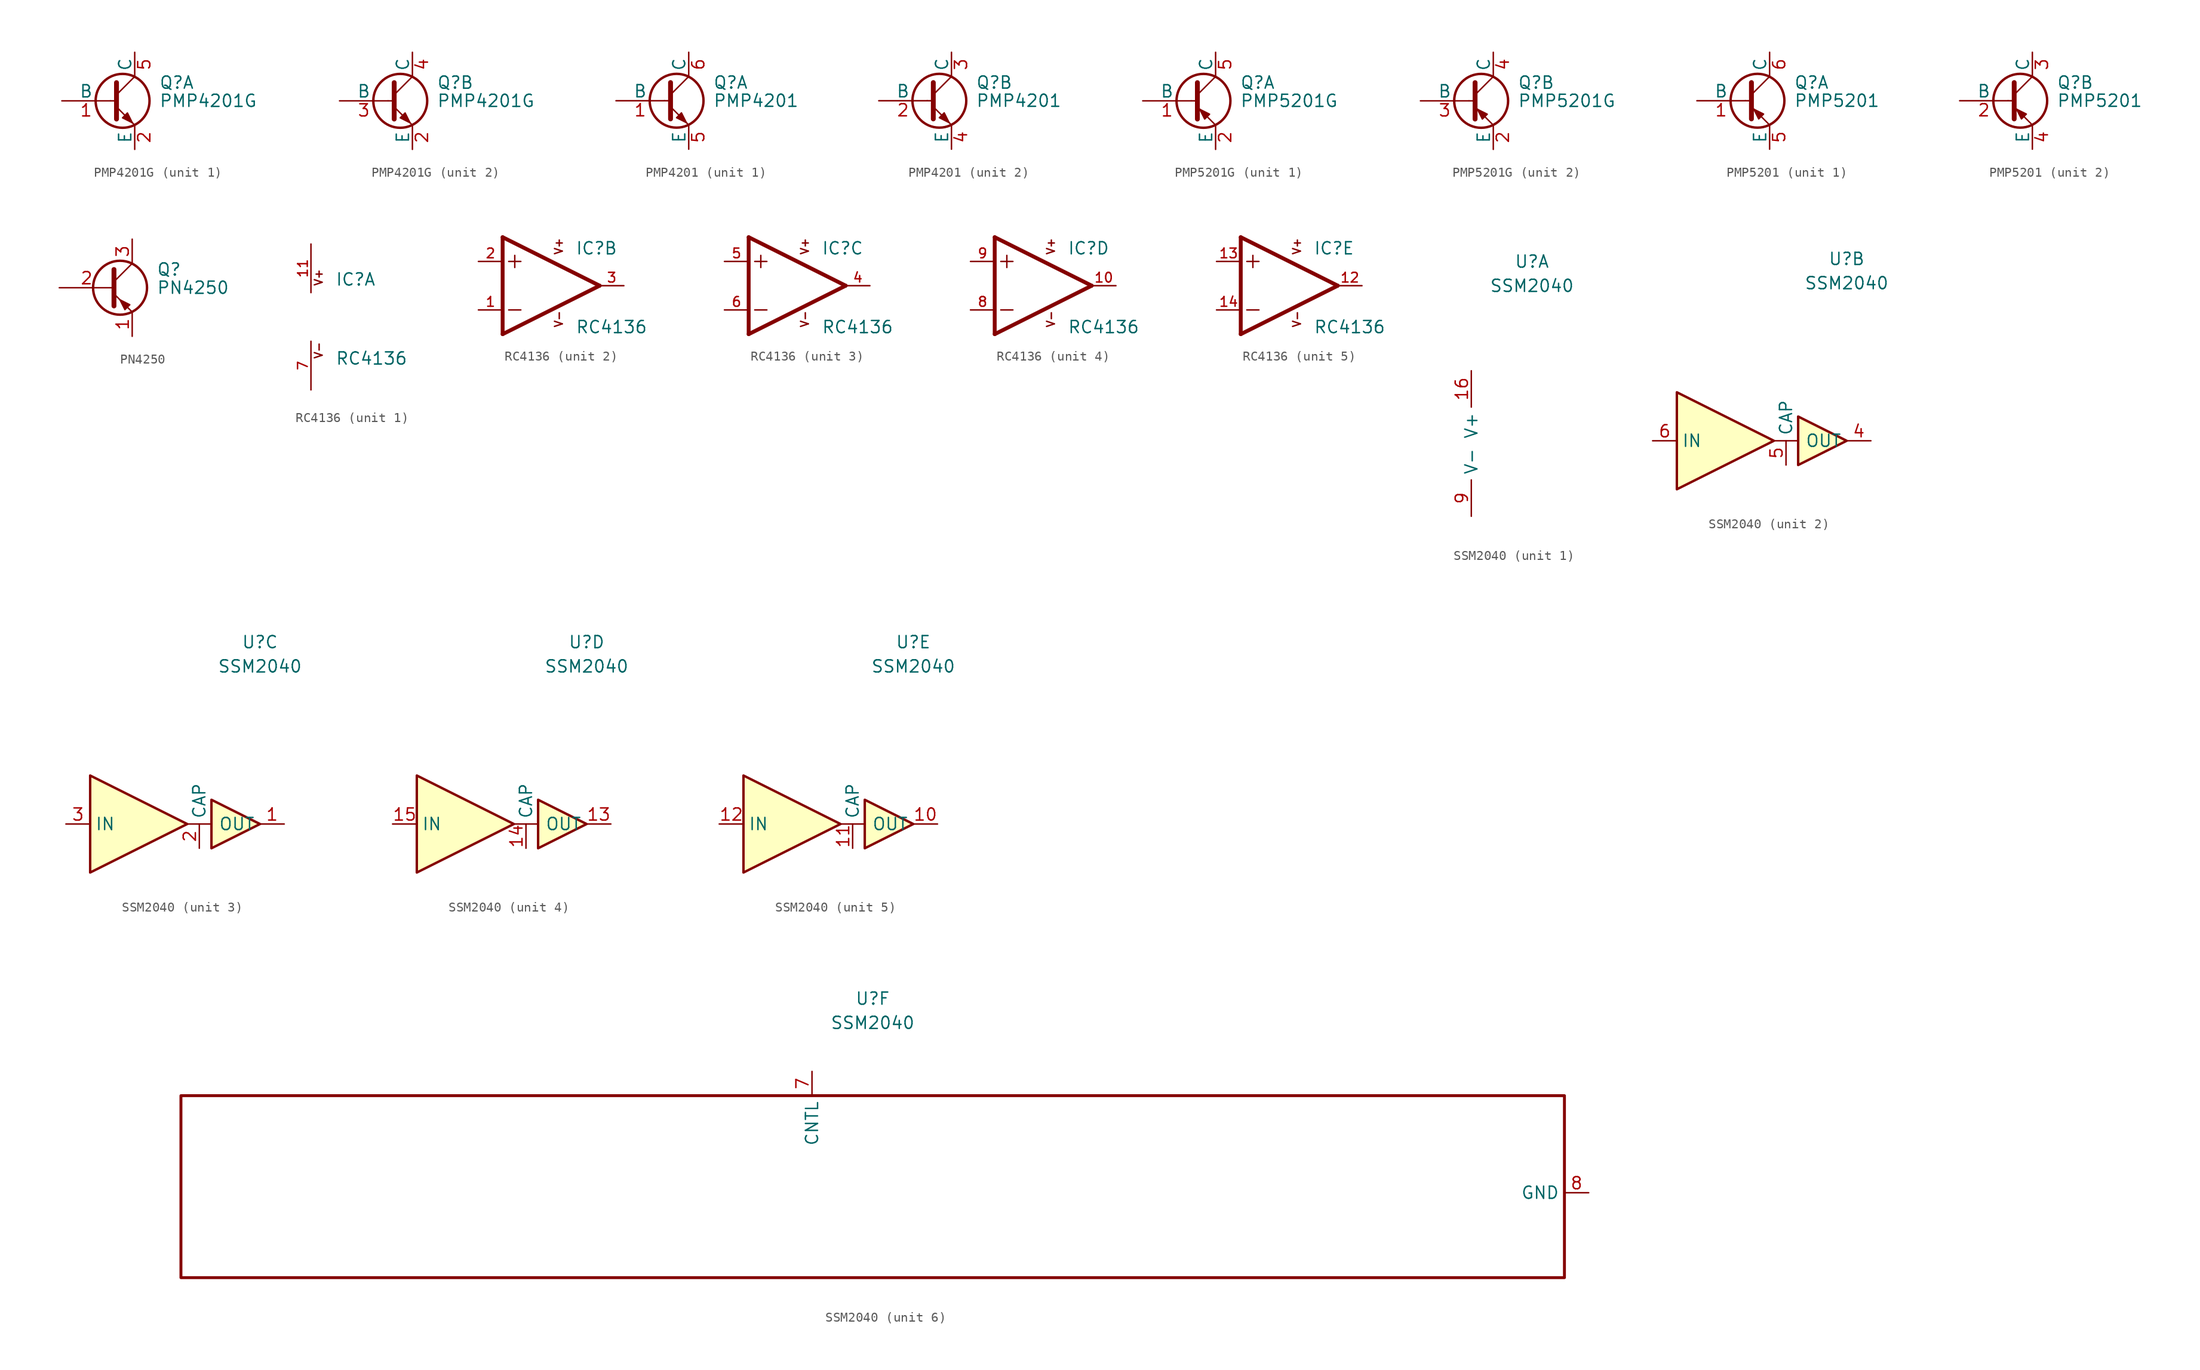
<source format=kicad_sym>
(kicad_symbol_lib
  (version 20211014)
  (generator kicad_symbol_editor)
  (symbol "PMP4201G"
    (pin_names
      (offset 0))
    (property "Reference" "Q"
      (at 5.08 1.905 0)
      (effects (font (size 1.27 1.27)) (justify left)))
    (property "Value" "PMP4201G"
      (at 5.08 0 0)
      (effects (font (size 1.27 1.27)) (justify left)))
    (property "Datasheet" ""
      (at 0 0 0)
      (effects (font (size 1.27 1.27)) (justify left)))
    (symbol "PMP4201G_0_1"
      (polyline (pts (xy 0 0) (xy 0.635 0)) (stroke (width 0) (type default) (color 0 0 0 0)) (fill (type none)))
      (polyline (pts (xy 0.635 0.635) (xy 2.54 2.54)) (stroke (width 0) (type default) (color 0 0 0 0)) (fill (type none)))
      (polyline (pts (xy 0.635 -0.635) (xy 2.54 -2.54) (xy 2.54 -2.54)) (stroke (width 0) (type default) (color 0 0 0 0)) (fill (type none)))
      (polyline (pts (xy 0.635 1.905) (xy 0.635 -1.905) (xy 0.635 -1.905)) (stroke (width 0.508) (type default) (color 0 0 0 0)) (fill (type none)))
      (polyline (pts (xy 1.27 -1.778) (xy 1.778 -1.27) (xy 2.286 -2.286) (xy 1.27 -1.778) (xy 1.27 -1.778)) (stroke (width 0) (type default) (color 0 0 0 0)) (fill (type outline)))
      (circle (center 1.27 0) (radius 2.819) (stroke (width 0.254) (type default) (color 0 0 0 0)) (fill (type none))))
    (symbol "PMP4201G_1_1"
      (pin input line (at -5.08 0 0) (length 5.08) (name "B" (effects (font (size 1.27 1.27)))) (number "1" (effects (font (size 1.27 1.27)))))
      (pin passive line (at 2.54 -5.08 90) (length 2.54) (name "E" (effects (font (size 1.27 1.27)))) (number "2" (effects (font (size 1.27 1.27)))))
      (pin passive line (at 2.54 5.08 270) (length 2.54) (name "C" (effects (font (size 1.27 1.27)))) (number "5" (effects (font (size 1.27 1.27))))))
    (symbol "PMP4201G_2_1"
      (pin passive line (at 2.54 -5.08 90) (length 2.54) (name "E" (effects (font (size 1.27 1.27)))) (number "2" (effects (font (size 1.27 1.27)))))
      (pin input line (at -5.08 0 0) (length 5.08) (name "B" (effects (font (size 1.27 1.27)))) (number "3" (effects (font (size 1.27 1.27)))))
      (pin passive line (at 2.54 5.08 270) (length 2.54) (name "C" (effects (font (size 1.27 1.27)))) (number "4" (effects (font (size 1.27 1.27)))))))
  (symbol "PMP4201"
    (pin_names
      (offset 0))
    (property "Reference" "Q"
      (at 5.08 1.905 0)
      (effects (font (size 1.27 1.27)) (justify left)))
    (property "Value" "PMP4201"
      (at 5.08 0 0)
      (effects (font (size 1.27 1.27)) (justify left)))
    (property "Datasheet" ""
      (at 0 0 0)
      (effects (font (size 1.27 1.27)) (justify left)))
    (symbol "PMP4201_0_1"
      (polyline (pts (xy 0 0) (xy 0.635 0)) (stroke (width 0) (type default) (color 0 0 0 0)) (fill (type none)))
      (polyline (pts (xy 0.635 0.635) (xy 2.54 2.54)) (stroke (width 0) (type default) (color 0 0 0 0)) (fill (type none)))
      (polyline (pts (xy 0.635 -0.635) (xy 2.54 -2.54) (xy 2.54 -2.54)) (stroke (width 0) (type default) (color 0 0 0 0)) (fill (type none)))
      (polyline (pts (xy 0.635 1.905) (xy 0.635 -1.905) (xy 0.635 -1.905)) (stroke (width 0.508) (type default) (color 0 0 0 0)) (fill (type none)))
      (polyline (pts (xy 1.27 -1.778) (xy 1.778 -1.27) (xy 2.286 -2.286) (xy 1.27 -1.778) (xy 1.27 -1.778)) (stroke (width 0) (type default) (color 0 0 0 0)) (fill (type outline)))
      (circle (center 1.27 0) (radius 2.819) (stroke (width 0.254) (type default) (color 0 0 0 0)) (fill (type none))))
    (symbol "PMP4201_1_1"
      (pin input line (at -5.08 0 0) (length 5.08) (name "B" (effects (font (size 1.27 1.27)))) (number "1" (effects (font (size 1.27 1.27)))))
      (pin passive line (at 2.54 -5.08 90) (length 2.54) (name "E" (effects (font (size 1.27 1.27)))) (number "5" (effects (font (size 1.27 1.27)))))
      (pin passive line (at 2.54 5.08 270) (length 2.54) (name "C" (effects (font (size 1.27 1.27)))) (number "6" (effects (font (size 1.27 1.27))))))
    (symbol "PMP4201_2_1"
      (pin input line (at -5.08 0 0) (length 5.08) (name "B" (effects (font (size 1.27 1.27)))) (number "2" (effects (font (size 1.27 1.27)))))
      (pin passive line (at 2.54 5.08 270) (length 2.54) (name "C" (effects (font (size 1.27 1.27)))) (number "3" (effects (font (size 1.27 1.27)))))
      (pin passive line (at 2.54 -5.08 90) (length 2.54) (name "E" (effects (font (size 1.27 1.27)))) (number "4" (effects (font (size 1.27 1.27)))))))
  (symbol "PMP5201G"
    (pin_names
      (offset 0))
    (property "Reference" "Q"
      (at 5.08 1.905 0)
      (effects (font (size 1.27 1.27)) (justify left)))
    (property "Value" "PMP5201G"
      (at 5.08 0 0)
      (effects (font (size 1.27 1.27)) (justify left)))
    (property "Datasheet" ""
      (at 0 0 0)
      (effects (font (size 1.27 1.27)) (justify left)))
    (symbol "PMP5201G_0_1"
      (polyline (pts (xy 0 0) (xy 0.635 0)) (stroke (width 0) (type default) (color 0 0 0 0)) (fill (type none)))
      (polyline (pts (xy 2.54 -2.54) (xy 0.635 -0.635)) (stroke (width 0) (type default) (color 0 0 0 0)) (fill (type none)))
      (polyline (pts (xy 2.54 2.54) (xy 0.635 0.635)) (stroke (width 0) (type default) (color 0 0 0 0)) (fill (type none)))
      (polyline (pts (xy 0.635 1.905) (xy 0.635 -1.905) (xy 0.635 -1.905)) (stroke (width 0.508) (type default) (color 0 0 0 0)) (fill (type outline)))
      (polyline (pts (xy 1.397 -1.905) (xy 1.905 -1.397) (xy 0.889 -0.889) (xy 1.397 -1.905) (xy 1.397 -1.905)) (stroke (width 0) (type default) (color 0 0 0 0)) (fill (type outline)))
      (circle (center 1.27 0) (radius 2.819) (stroke (width 0.254) (type default) (color 0 0 0 0)) (fill (type none))))
    (symbol "PMP5201G_1_1"
      (pin input line (at -5.08 0 0) (length 5.08) (name "B" (effects (font (size 1.27 1.27)))) (number "1" (effects (font (size 1.27 1.27)))))
      (pin passive line (at 2.54 -5.08 90) (length 2.54) (name "E" (effects (font (size 1.27 1.27)))) (number "2" (effects (font (size 1.27 1.27)))))
      (pin passive line (at 2.54 5.08 270) (length 2.54) (name "C" (effects (font (size 1.27 1.27)))) (number "5" (effects (font (size 1.27 1.27))))))
    (symbol "PMP5201G_2_1"
      (pin passive line (at 2.54 -5.08 90) (length 2.54) (name "E" (effects (font (size 1.27 1.27)))) (number "2" (effects (font (size 1.27 1.27)))))
      (pin input line (at -5.08 0 0) (length 5.08) (name "B" (effects (font (size 1.27 1.27)))) (number "3" (effects (font (size 1.27 1.27)))))
      (pin passive line (at 2.54 5.08 270) (length 2.54) (name "C" (effects (font (size 1.27 1.27)))) (number "4" (effects (font (size 1.27 1.27)))))))
  (symbol "PMP5201"
    (pin_names
      (offset 0))
    (property "Reference" "Q"
      (at 5.08 1.905 0)
      (effects (font (size 1.27 1.27)) (justify left)))
    (property "Value" "PMP5201"
      (at 5.08 0 0)
      (effects (font (size 1.27 1.27)) (justify left)))
    (property "Datasheet" ""
      (at 0 0 0)
      (effects (font (size 1.27 1.27)) (justify left)))
    (symbol "PMP5201_0_1"
      (polyline (pts (xy 0 0) (xy 0.635 0)) (stroke (width 0) (type default) (color 0 0 0 0)) (fill (type none)))
      (polyline (pts (xy 2.54 -2.54) (xy 0.635 -0.635)) (stroke (width 0) (type default) (color 0 0 0 0)) (fill (type none)))
      (polyline (pts (xy 2.54 2.54) (xy 0.635 0.635)) (stroke (width 0) (type default) (color 0 0 0 0)) (fill (type none)))
      (polyline (pts (xy 0.635 1.905) (xy 0.635 -1.905) (xy 0.635 -1.905)) (stroke (width 0.508) (type default) (color 0 0 0 0)) (fill (type outline)))
      (polyline (pts (xy 1.397 -1.905) (xy 1.905 -1.397) (xy 0.889 -0.889) (xy 1.397 -1.905) (xy 1.397 -1.905)) (stroke (width 0) (type default) (color 0 0 0 0)) (fill (type outline)))
      (circle (center 1.27 0) (radius 2.819) (stroke (width 0.254) (type default) (color 0 0 0 0)) (fill (type none))))
    (symbol "PMP5201_1_1"
      (pin input line (at -5.08 0 0) (length 5.08) (name "B" (effects (font (size 1.27 1.27)))) (number "1" (effects (font (size 1.27 1.27)))))
      (pin passive line (at 2.54 -5.08 90) (length 2.54) (name "E" (effects (font (size 1.27 1.27)))) (number "5" (effects (font (size 1.27 1.27)))))
      (pin passive line (at 2.54 5.08 270) (length 2.54) (name "C" (effects (font (size 1.27 1.27)))) (number "6" (effects (font (size 1.27 1.27))))))
    (symbol "PMP5201_2_1"
      (pin input line (at -5.08 0 0) (length 5.08) (name "B" (effects (font (size 1.27 1.27)))) (number "2" (effects (font (size 1.27 1.27)))))
      (pin passive line (at 2.54 5.08 270) (length 2.54) (name "C" (effects (font (size 1.27 1.27)))) (number "3" (effects (font (size 1.27 1.27)))))
      (pin passive line (at 2.54 -5.08 90) (length 2.54) (name "E" (effects (font (size 1.27 1.27)))) (number "4" (effects (font (size 1.27 1.27)))))))
  (symbol "PN4250"
    (pin_names
      (offset 0) hide)
    (property "Reference" "Q"
      (at 5.08 1.905 0)
      (effects (font (size 1.27 1.27)) (justify left)))
    (property "Value" "PN4250"
      (at 5.08 0 0)
      (effects (font (size 1.27 1.27)) (justify left)))
    (symbol "PN4250_0_1"
      (polyline (pts (xy 0.635 0.635) (xy 2.54 2.54)) (stroke (width 0) (type default) (color 0 0 0 0)) (fill (type none)))
      (polyline (pts (xy 0.635 -0.635) (xy 2.54 -2.54) (xy 2.54 -2.54)) (stroke (width 0) (type default) (color 0 0 0 0)) (fill (type none)))
      (polyline (pts (xy 0.635 1.905) (xy 0.635 -1.905) (xy 0.635 -1.905)) (stroke (width 0.508) (type default) (color 0 0 0 0)) (fill (type none)))
      (polyline (pts (xy 2.286 -1.778) (xy 1.778 -2.286) (xy 1.27 -1.27) (xy 2.286 -1.778) (xy 2.286 -1.778)) (stroke (width 0) (type default) (color 0 0 0 0)) (fill (type outline)))
      (circle (center 1.27 0) (radius 2.819) (stroke (width 0.254) (type default) (color 0 0 0 0)) (fill (type none))))
    (symbol "PN4250_1_1"
      (pin passive line (at 2.54 -5.08 90) (length 2.54) (name "E" (effects (font (size 1.27 1.27)))) (number "1" (effects (font (size 1.27 1.27)))))
      (pin input line (at -5.08 0 0) (length 5.715) (name "B" (effects (font (size 1.27 1.27)))) (number "2" (effects (font (size 1.27 1.27)))))
      (pin passive line (at 2.54 5.08 270) (length 2.54) (name "C" (effects (font (size 1.27 1.27)))) (number "3" (effects (font (size 1.27 1.27)))))))
  (symbol "RC4136"
    (pin_names
      (offset 1.016) hide)
    (property "Reference" "IC"
      (at 2.54 3.175 0)
      (effects (font (size 1.27 1.27)) (justify left bottom)))
    (property "Value" "RC4136"
      (at 2.54 -5.08 0)
      (effects (font (size 1.27 1.27)) (justify left bottom)))
    (property "ki_locked" ""
      (at 0 0 0)
      (effects (font (size 1.27 1.27))))
    (symbol "RC4136_0_0"
      (text "V+" (at 1.27 3.175 900) (effects (font (size 0.813 0.813)) (justify left bottom)))
      (text "V-" (at 1.27 -4.445 900) (effects (font (size 0.813 0.813)) (justify left bottom))))
    (symbol "RC4136_1_0"
      (pin power_in line (at 0 7.62 270) (length 5.08) (name "V+" (effects (font (size 1.016 1.016)))) (number "11" (effects (font (size 1.016 1.016)))))
      (pin power_in line (at 0 -7.62 90) (length 5.08) (name "V-" (effects (font (size 1.016 1.016)))) (number "7" (effects (font (size 1.016 1.016))))))
    (symbol "RC4136_2_0"
      (polyline (pts (xy -5.08 -5.08) (xy 5.08 0)) (stroke (width 0.406) (type default) (color 0 0 0 0)) (fill (type none)))
      (polyline (pts (xy -5.08 5.08) (xy -5.08 -5.08)) (stroke (width 0.406) (type default) (color 0 0 0 0)) (fill (type none)))
      (polyline (pts (xy -4.445 -2.54) (xy -3.175 -2.54)) (stroke (width 0.152) (type default) (color 0 0 0 0)) (fill (type none)))
      (polyline (pts (xy -4.445 2.54) (xy -3.175 2.54)) (stroke (width 0.152) (type default) (color 0 0 0 0)) (fill (type none)))
      (polyline (pts (xy -3.81 3.175) (xy -3.81 1.905)) (stroke (width 0.152) (type default) (color 0 0 0 0)) (fill (type none)))
      (polyline (pts (xy 5.08 0) (xy -5.08 5.08)) (stroke (width 0.406) (type default) (color 0 0 0 0)) (fill (type none)))
      (pin input line (at -7.62 -2.54 0) (length 2.54) (name "-IN" (effects (font (size 1.016 1.016)))) (number "1" (effects (font (size 1.016 1.016)))))
      (pin input line (at -7.62 2.54 0) (length 2.54) (name "+IN" (effects (font (size 1.016 1.016)))) (number "2" (effects (font (size 1.016 1.016)))))
      (pin output line (at 7.62 0 180) (length 2.54) (name "OUT" (effects (font (size 1.016 1.016)))) (number "3" (effects (font (size 1.016 1.016))))))
    (symbol "RC4136_3_0"
      (polyline (pts (xy -5.08 -5.08) (xy 5.08 0)) (stroke (width 0.406) (type default) (color 0 0 0 0)) (fill (type none)))
      (polyline (pts (xy -5.08 5.08) (xy -5.08 -5.08)) (stroke (width 0.406) (type default) (color 0 0 0 0)) (fill (type none)))
      (polyline (pts (xy -4.445 -2.54) (xy -3.175 -2.54)) (stroke (width 0.152) (type default) (color 0 0 0 0)) (fill (type none)))
      (polyline (pts (xy -4.445 2.54) (xy -3.175 2.54)) (stroke (width 0.152) (type default) (color 0 0 0 0)) (fill (type none)))
      (polyline (pts (xy -3.81 3.175) (xy -3.81 1.905)) (stroke (width 0.152) (type default) (color 0 0 0 0)) (fill (type none)))
      (polyline (pts (xy 5.08 0) (xy -5.08 5.08)) (stroke (width 0.406) (type default) (color 0 0 0 0)) (fill (type none)))
      (pin output line (at 7.62 0 180) (length 2.54) (name "OUT" (effects (font (size 1.016 1.016)))) (number "4" (effects (font (size 1.016 1.016)))))
      (pin input line (at -7.62 2.54 0) (length 2.54) (name "+IN" (effects (font (size 1.016 1.016)))) (number "5" (effects (font (size 1.016 1.016)))))
      (pin input line (at -7.62 -2.54 0) (length 2.54) (name "-IN" (effects (font (size 1.016 1.016)))) (number "6" (effects (font (size 1.016 1.016))))))
    (symbol "RC4136_4_0"
      (polyline (pts (xy -5.08 -5.08) (xy 5.08 0)) (stroke (width 0.406) (type default) (color 0 0 0 0)) (fill (type none)))
      (polyline (pts (xy -5.08 5.08) (xy -5.08 -5.08)) (stroke (width 0.406) (type default) (color 0 0 0 0)) (fill (type none)))
      (polyline (pts (xy -4.445 -2.54) (xy -3.175 -2.54)) (stroke (width 0.152) (type default) (color 0 0 0 0)) (fill (type none)))
      (polyline (pts (xy -4.445 2.54) (xy -3.175 2.54)) (stroke (width 0.152) (type default) (color 0 0 0 0)) (fill (type none)))
      (polyline (pts (xy -3.81 3.175) (xy -3.81 1.905)) (stroke (width 0.152) (type default) (color 0 0 0 0)) (fill (type none)))
      (polyline (pts (xy 5.08 0) (xy -5.08 5.08)) (stroke (width 0.406) (type default) (color 0 0 0 0)) (fill (type none)))
      (pin output line (at 7.62 0 180) (length 2.54) (name "OUT" (effects (font (size 1.016 1.016)))) (number "10" (effects (font (size 1.016 1.016)))))
      (pin input line (at -7.62 -2.54 0) (length 2.54) (name "-IN" (effects (font (size 1.016 1.016)))) (number "8" (effects (font (size 1.016 1.016)))))
      (pin input line (at -7.62 2.54 0) (length 2.54) (name "+IN" (effects (font (size 1.016 1.016)))) (number "9" (effects (font (size 1.016 1.016))))))
    (symbol "RC4136_5_0"
      (polyline (pts (xy -5.08 -5.08) (xy 5.08 0)) (stroke (width 0.406) (type default) (color 0 0 0 0)) (fill (type none)))
      (polyline (pts (xy -5.08 5.08) (xy -5.08 -5.08)) (stroke (width 0.406) (type default) (color 0 0 0 0)) (fill (type none)))
      (polyline (pts (xy -4.445 -2.54) (xy -3.175 -2.54)) (stroke (width 0.152) (type default) (color 0 0 0 0)) (fill (type none)))
      (polyline (pts (xy -4.445 2.54) (xy -3.175 2.54)) (stroke (width 0.152) (type default) (color 0 0 0 0)) (fill (type none)))
      (polyline (pts (xy -3.81 3.175) (xy -3.81 1.905)) (stroke (width 0.152) (type default) (color 0 0 0 0)) (fill (type none)))
      (polyline (pts (xy 5.08 0) (xy -5.08 5.08)) (stroke (width 0.406) (type default) (color 0 0 0 0)) (fill (type none)))
      (pin output line (at 7.62 0 180) (length 2.54) (name "OUT" (effects (font (size 1.016 1.016)))) (number "12" (effects (font (size 1.016 1.016)))))
      (pin input line (at -7.62 2.54 0) (length 2.54) (name "+IN" (effects (font (size 1.016 1.016)))) (number "13" (effects (font (size 1.016 1.016)))))
      (pin input line (at -7.62 -2.54 0) (length 2.54) (name "-IN" (effects (font (size 1.016 1.016)))) (number "14" (effects (font (size 1.016 1.016)))))))
  (symbol "SSM2040"
    (property "Reference" "U"
      (at 6.35 19.05 0)
      (effects (font (size 1.27 1.27))))
    (property "Value" "SSM2040"
      (at 6.35 16.51 0)
      (effects (font (size 1.27 1.27))))
    (symbol "SSM2040_1_1"
      (pin input line (at 0 7.62 270) (length 3.81) (name "V+" (effects (font (size 1.27 1.27)))) (number "16" (effects (font (size 1.27 1.27)))))
      (pin input line (at 0 -7.62 90) (length 3.81) (name "V-" (effects (font (size 1.27 1.27)))) (number "9" (effects (font (size 1.27 1.27))))))
    (symbol "SSM2040_2_1"
      (rectangle (start -1.27 0) (end 1.27 0) (stroke (width 0) (type default) (color 0 0 0 0)) (fill (type none)))
      (polyline (pts (xy -11.43 5.08) (xy -1.27 0) (xy -11.43 -5.08) (xy -11.43 5.08)) (stroke (width 0.254) (type default) (color 0 0 0 0)) (fill (type background)))
      (polyline (pts (xy 1.27 2.54) (xy 6.35 0) (xy 1.27 -2.54) (xy 1.27 2.54)) (stroke (width 0.254) (type default) (color 0 0 0 0)) (fill (type background)))
      (pin input line (at 8.89 0 180) (length 2.54) (name "OUT" (effects (font (size 1.27 1.27)))) (number "4" (effects (font (size 1.27 1.27)))))
      (pin input line (at 0 -2.54 90) (length 2.54) (name "CAP" (effects (font (size 1.27 1.27)))) (number "5" (effects (font (size 1.27 1.27)))))
      (pin input line (at -13.97 0 0) (length 2.54) (name "IN" (effects (font (size 1.27 1.27)))) (number "6" (effects (font (size 1.27 1.27))))))
    (symbol "SSM2040_3_1"
      (rectangle (start -1.27 0) (end 1.27 0) (stroke (width 0) (type default) (color 0 0 0 0)) (fill (type none)))
      (polyline (pts (xy -11.43 5.08) (xy -1.27 0) (xy -11.43 -5.08) (xy -11.43 5.08)) (stroke (width 0.254) (type default) (color 0 0 0 0)) (fill (type background)))
      (polyline (pts (xy 1.27 2.54) (xy 6.35 0) (xy 1.27 -2.54) (xy 1.27 2.54)) (stroke (width 0.254) (type default) (color 0 0 0 0)) (fill (type background)))
      (pin input line (at 8.89 0 180) (length 2.54) (name "OUT" (effects (font (size 1.27 1.27)))) (number "1" (effects (font (size 1.27 1.27)))))
      (pin input line (at 0 -2.54 90) (length 2.54) (name "CAP" (effects (font (size 1.27 1.27)))) (number "2" (effects (font (size 1.27 1.27)))))
      (pin input line (at -13.97 0 0) (length 2.54) (name "IN" (effects (font (size 1.27 1.27)))) (number "3" (effects (font (size 1.27 1.27))))))
    (symbol "SSM2040_4_1"
      (rectangle (start -1.27 0) (end 1.27 0) (stroke (width 0) (type default) (color 0 0 0 0)) (fill (type none)))
      (polyline (pts (xy -11.43 5.08) (xy -1.27 0) (xy -11.43 -5.08) (xy -11.43 5.08)) (stroke (width 0.254) (type default) (color 0 0 0 0)) (fill (type background)))
      (polyline (pts (xy 1.27 2.54) (xy 6.35 0) (xy 1.27 -2.54) (xy 1.27 2.54)) (stroke (width 0.254) (type default) (color 0 0 0 0)) (fill (type background)))
      (pin input line (at 8.89 0 180) (length 2.54) (name "OUT" (effects (font (size 1.27 1.27)))) (number "13" (effects (font (size 1.27 1.27)))))
      (pin input line (at 0 -2.54 90) (length 2.54) (name "CAP" (effects (font (size 1.27 1.27)))) (number "14" (effects (font (size 1.27 1.27)))))
      (pin input line (at -13.97 0 0) (length 2.54) (name "IN" (effects (font (size 1.27 1.27)))) (number "15" (effects (font (size 1.27 1.27))))))
    (symbol "SSM2040_5_1"
      (rectangle (start -1.27 0) (end 1.27 0) (stroke (width 0) (type default) (color 0 0 0 0)) (fill (type none)))
      (polyline (pts (xy -11.43 5.08) (xy -1.27 0) (xy -11.43 -5.08) (xy -11.43 5.08)) (stroke (width 0.254) (type default) (color 0 0 0 0)) (fill (type background)))
      (polyline (pts (xy 1.27 2.54) (xy 6.35 0) (xy 1.27 -2.54) (xy 1.27 2.54)) (stroke (width 0.254) (type default) (color 0 0 0 0)) (fill (type background)))
      (pin input line (at 8.89 0 180) (length 2.54) (name "OUT" (effects (font (size 1.27 1.27)))) (number "10" (effects (font (size 1.27 1.27)))))
      (pin input line (at 0 -2.54 90) (length 2.54) (name "CAP" (effects (font (size 1.27 1.27)))) (number "11" (effects (font (size 1.27 1.27)))))
      (pin input line (at -13.97 0 0) (length 2.54) (name "IN" (effects (font (size 1.27 1.27)))) (number "12" (effects (font (size 1.27 1.27))))))
    (symbol "SSM2040_6_1"
      (rectangle (start -66.04 8.89) (end 78.74 -10.16) (stroke (width 0.305) (type default) (color 0 0 0 0)) (fill (type none)))
      (pin input line (at 0 11.43 270) (length 2.54) (name "CNTL" (effects (font (size 1.27 1.27)))) (number "7" (effects (font (size 1.27 1.27)))))
      (pin input line (at 81.28 -1.27 180) (length 2.54) (name "GND" (effects (font (size 1.27 1.27)))) (number "8" (effects (font (size 1.27 1.27))))))))
</source>
